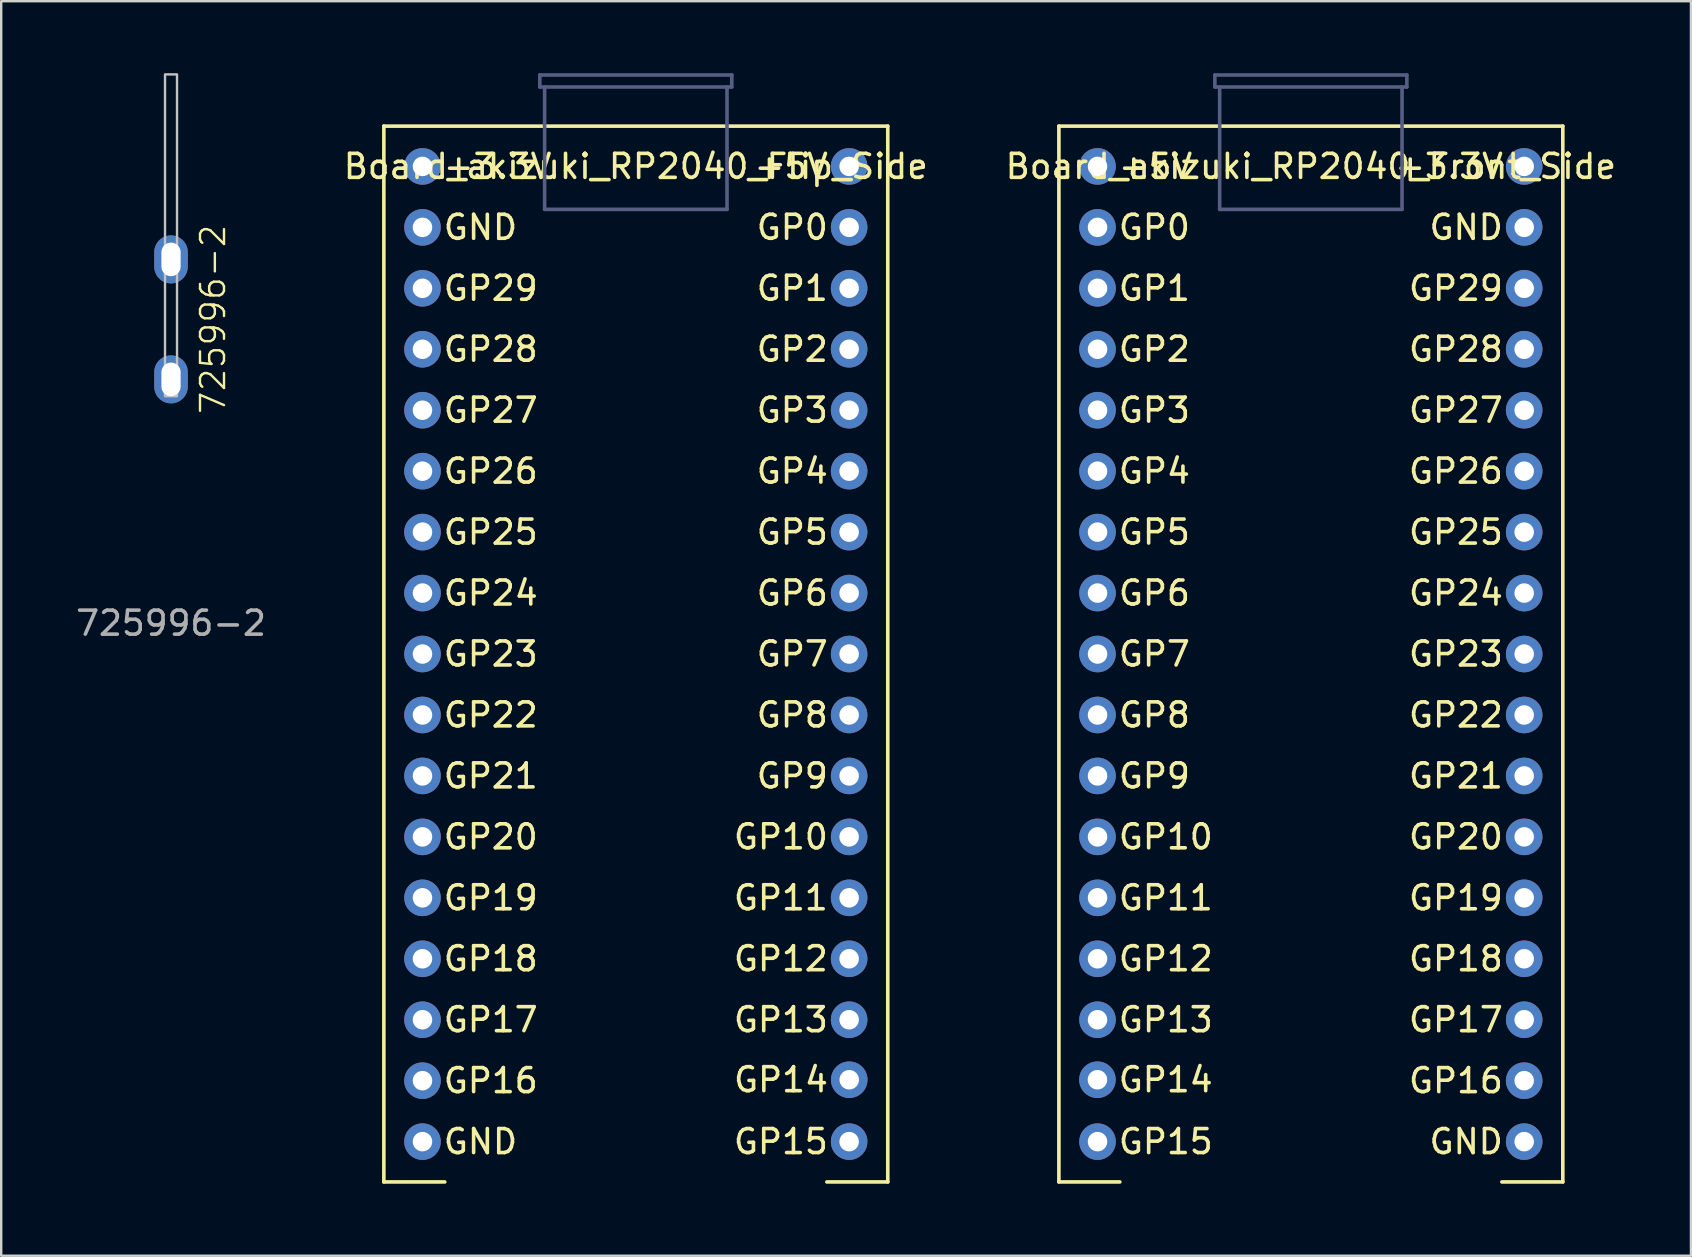
<source format=kicad_pcb>
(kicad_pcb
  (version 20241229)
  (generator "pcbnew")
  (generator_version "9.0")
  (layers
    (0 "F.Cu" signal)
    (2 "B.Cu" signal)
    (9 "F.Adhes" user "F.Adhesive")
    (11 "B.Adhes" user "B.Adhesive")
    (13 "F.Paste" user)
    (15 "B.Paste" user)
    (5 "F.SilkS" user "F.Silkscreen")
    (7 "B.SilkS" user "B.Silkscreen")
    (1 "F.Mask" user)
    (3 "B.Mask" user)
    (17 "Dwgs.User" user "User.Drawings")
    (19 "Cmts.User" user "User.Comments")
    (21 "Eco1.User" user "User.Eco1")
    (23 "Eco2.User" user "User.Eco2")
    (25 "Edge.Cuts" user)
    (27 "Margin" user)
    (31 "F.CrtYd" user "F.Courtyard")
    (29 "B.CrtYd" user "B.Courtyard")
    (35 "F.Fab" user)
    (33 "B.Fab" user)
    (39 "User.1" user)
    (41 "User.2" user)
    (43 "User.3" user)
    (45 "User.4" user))
  (footprint "725996-2"
    (layer "F.Cu")
    (at 4.077 12.76)
    (property "Reference" "725996-2" (at 1.75 -2.5 90) (unlocked yes) (layer "F.SilkS") (effects (font (size 1 1) (thickness 0.1))))
    (attr through_hole)
    (fp_rect (start -0.25 -12.71) (end 0.25 0.7) (stroke (width 0.1) (type default)) (fill no) (layer "Dwgs.User"))
    (fp_text user "${REFERENCE}" (at 0 10.16 0) (unlocked yes) (layer "F.Fab") (effects (font (size 1 1) (thickness 0.15))))
    (pad "1" thru_hole oval (at 0 -5 90) (size 2 1.4) (drill oval 1.4 0.8) (layers "*.Cu" "*.Mask"))
    (pad "1" thru_hole oval (at 0 0 90) (size 2 1.4) (drill oval 1.4 0.8) (layers "*.Cu" "*.Mask")))
  (footprint "Board_akizuki_RP2040_Flip_Side"
    (layer "F.Cu")
    (at 23.446 24.205)
    (property "Reference" "Board_akizuki_RP2040_Flip_Side" (at 0 -20.32 0) (unlocked yes) (layer "F.SilkS") (effects (font (size 1 1) (thickness 0.15))))
    (attr through_hole)
    (fp_line (start -10.5 -22) (end -10.5 22) (stroke (width 0.15) (type solid)) (layer "F.SilkS"))
    (fp_line (start -10.5 22) (end -7.96 22) (stroke (width 0.15) (type solid)) (layer "F.SilkS"))
    (fp_line (start 7.96 22) (end 10.5 22) (stroke (width 0.15) (type solid)) (layer "F.SilkS"))
    (fp_line (start 10.5 -22) (end -10.5 -22) (stroke (width 0.15) (type solid)) (layer "F.SilkS"))
    (fp_line (start 10.5 -22) (end 10.5 22) (stroke (width 0.15) (type solid)) (layer "F.SilkS"))
    (fp_line (start -4 -24.13) (end -4 -23.63) (stroke (width 0.15) (type solid)) (layer "B.Fab"))
    (fp_line (start -4 -24.13) (end 4 -24.13) (stroke (width 0.15) (type solid)) (layer "B.Fab"))
    (fp_line (start -4 -23.63) (end 4 -23.63) (stroke (width 0.15) (type solid)) (layer "B.Fab"))
    (fp_line (start -3.8 -23.63) (end -3.8 -18.53) (stroke (width 0.15) (type solid)) (layer "B.Fab"))
    (fp_line (start -3.8 -18.53) (end 3.8 -18.53) (stroke (width 0.15) (type solid)) (layer "B.Fab"))
    (fp_line (start 3.8 -23.63) (end 3.8 -18.53) (stroke (width 0.15) (type solid)) (layer "B.Fab"))
    (fp_line (start 4 -24.13) (end 4 -23.63) (stroke (width 0.15) (type solid)) (layer "B.Fab"))
    (fp_text user "GP9" (at 8.096 5.08 0) (unlocked yes) (layer "F.SilkS") (effects (font (size 1 1) (thickness 0.15)) (justify right)))
    (fp_text user "GP25" (at -8.096 -5.08 0) (unlocked yes) (layer "F.SilkS") (effects (font (size 1 1) (thickness 0.15)) (justify left)))
    (fp_text user "GP5" (at 8.096 -5.08 0) (unlocked yes) (layer "F.SilkS") (effects (font (size 1 1) (thickness 0.15)) (justify right)))
    (fp_text user "GP1" (at 8.096 -15.24 0) (unlocked yes) (layer "F.SilkS") (effects (font (size 1 1) (thickness 0.15)) (justify right)))
    (fp_text user "GP24" (at -8.096 -2.54 0) (unlocked yes) (layer "F.SilkS") (effects (font (size 1 1) (thickness 0.15)) (justify left)))
    (fp_text user "GP8" (at 8.096 2.54 0) (unlocked yes) (layer "F.SilkS") (effects (font (size 1 1) (thickness 0.15)) (justify right)))
    (fp_text user "GP18" (at -8.096 12.7 0) (unlocked yes) (layer "F.SilkS") (effects (font (size 1 1) (thickness 0.15)) (justify left)))
    (fp_text user "GP29" (at -8.096 -15.24 0) (unlocked yes) (layer "F.SilkS") (effects (font (size 1 1) (thickness 0.15)) (justify left)))
    (fp_text user "GP20" (at -8.096 7.62 0) (unlocked yes) (layer "F.SilkS") (effects (font (size 1 1) (thickness 0.15)) (justify left)))
    (fp_text user "GP12" (at 8.096 12.7 0) (unlocked yes) (layer "F.SilkS") (effects (font (size 1 1) (thickness 0.15)) (justify right)))
    (fp_text user "+3.3V" (at -8.096 -20.32 0) (unlocked yes) (layer "F.SilkS") (effects (font (size 1 1) (thickness 0.15)) (justify left)))
    (fp_text user "GP10" (at 8.096 7.62 0) (unlocked yes) (layer "F.SilkS") (effects (font (size 1 1) (thickness 0.15)) (justify right)))
    (fp_text user "GND" (at -8.096 20.32 0) (unlocked yes) (layer "F.SilkS") (effects (font (size 1 1) (thickness 0.15)) (justify left)))
    (fp_text user "GP11" (at 8.096 10.16 0) (unlocked yes) (layer "F.SilkS") (effects (font (size 1 1) (thickness 0.15)) (justify right)))
    (fp_text user "GP3" (at 8.096 -10.16 0) (unlocked yes) (layer "F.SilkS") (effects (font (size 1 1) (thickness 0.15)) (justify right)))
    (fp_text user "GP15" (at 8.096 20.32 0) (unlocked yes) (layer "F.SilkS") (effects (font (size 1 1) (thickness 0.15)) (justify right)))
    (fp_text user "GP19" (at -8.096 10.16 0) (unlocked yes) (layer "F.SilkS") (effects (font (size 1 1) (thickness 0.15)) (justify left)))
    (fp_text user "GP16" (at -8.096 17.78 0) (unlocked yes) (layer "F.SilkS") (effects (font (size 1 1) (thickness 0.15)) (justify left)))
    (fp_text user "GP27" (at -8.096 -10.16 0) (unlocked yes) (layer "F.SilkS") (effects (font (size 1 1) (thickness 0.15)) (justify left)))
    (fp_text user "GP14" (at 8.1 17.741 0) (unlocked yes) (layer "F.SilkS") (effects (font (size 1 1) (thickness 0.15)) (justify right)))
    (fp_text user "GP21" (at -8.096 5.08 0) (unlocked yes) (layer "F.SilkS") (effects (font (size 1 1) (thickness 0.15)) (justify left)))
    (fp_text user "GP7" (at 8.096 0 0) (unlocked yes) (layer "F.SilkS") (effects (font (size 1 1) (thickness 0.15)) (justify right)))
    (fp_text user "GP13" (at 8.096 15.24 0) (unlocked yes) (layer "F.SilkS") (effects (font (size 1 1) (thickness 0.15)) (justify right)))
    (fp_text user "GP4" (at 8.096 -7.62 0) (unlocked yes) (layer "F.SilkS") (effects (font (size 1 1) (thickness 0.15)) (justify right)))
    (fp_text user "GND" (at -8.096 -17.78 0) (unlocked yes) (layer "F.SilkS") (effects (font (size 1 1) (thickness 0.15)) (justify left)))
    (fp_text user "GP28" (at -8.096 -12.7 0) (unlocked yes) (layer "F.SilkS") (effects (font (size 1 1) (thickness 0.15)) (justify left)))
    (fp_text user "+5V" (at 8.096 -20.32 0) (unlocked yes) (layer "F.SilkS") (effects (font (size 1 1) (thickness 0.15)) (justify right)))
    (fp_text user "GP22" (at -8.096 2.54 0) (unlocked yes) (layer "F.SilkS") (effects (font (size 1 1) (thickness 0.15)) (justify left)))
    (fp_text user "GP6" (at 8.096 -2.54 0) (unlocked yes) (layer "F.SilkS") (effects (font (size 1 1) (thickness 0.15)) (justify right)))
    (fp_text user "GP0" (at 8.096 -17.78 0) (unlocked yes) (layer "F.SilkS") (effects (font (size 1 1) (thickness 0.15)) (justify right)))
    (fp_text user "GP2" (at 8.096 -12.7 0) (unlocked yes) (layer "F.SilkS") (effects (font (size 1 1) (thickness 0.15)) (justify right)))
    (fp_text user "GP26" (at -8.096 -7.62 0) (unlocked yes) (layer "F.SilkS") (effects (font (size 1 1) (thickness 0.15)) (justify left)))
    (fp_text user "GP17" (at -8.096 15.24 0) (unlocked yes) (layer "F.SilkS") (effects (font (size 1 1) (thickness 0.15)) (justify left)))
    (fp_text user "GP23" (at -8.096 0 0) (unlocked yes) (layer "F.SilkS") (effects (font (size 1 1) (thickness 0.15)) (justify left)))
    (pad "1" thru_hole circle (at 8.89 -20.32) (size 1.524 1.524) (drill 0.813) (layers "*.Cu" "*.Mask"))
    (pad "2" thru_hole circle (at 8.89 -17.78) (size 1.524 1.524) (drill 0.813) (layers "*.Cu" "*.Mask"))
    (pad "3" thru_hole circle (at 8.89 -15.24) (size 1.524 1.524) (drill 0.813) (layers "*.Cu" "*.Mask"))
    (pad "4" thru_hole circle (at 8.89 -12.7) (size 1.524 1.524) (drill 0.813) (layers "*.Cu" "*.Mask"))
    (pad "5" thru_hole circle (at 8.89 -10.16) (size 1.524 1.524) (drill 0.813) (layers "*.Cu" "*.Mask"))
    (pad "6" thru_hole circle (at 8.89 -7.62) (size 1.524 1.524) (drill 0.813) (layers "*.Cu" "*.Mask"))
    (pad "7" thru_hole circle (at 8.89 -5.08) (size 1.524 1.524) (drill 0.813) (layers "*.Cu" "*.Mask"))
    (pad "8" thru_hole circle (at 8.89 -2.54) (size 1.524 1.524) (drill 0.813) (layers "*.Cu" "*.Mask"))
    (pad "9" thru_hole circle (at 8.89 0) (size 1.524 1.524) (drill 0.813) (layers "*.Cu" "*.Mask"))
    (pad "10" thru_hole circle (at 8.89 2.54) (size 1.524 1.524) (drill 0.813) (layers "*.Cu" "*.Mask"))
    (pad "11" thru_hole circle (at 8.89 5.08) (size 1.524 1.524) (drill 0.813) (layers "*.Cu" "*.Mask"))
    (pad "12" thru_hole circle (at 8.89 7.62) (size 1.524 1.524) (drill 0.813) (layers "*.Cu" "*.Mask"))
    (pad "13" thru_hole circle (at 8.89 10.16) (size 1.524 1.524) (drill 0.813) (layers "*.Cu" "*.Mask"))
    (pad "14" thru_hole circle (at 8.89 12.7) (size 1.524 1.524) (drill 0.813) (layers "*.Cu" "*.Mask"))
    (pad "15" thru_hole circle (at 8.89 15.24) (size 1.524 1.524) (drill 0.813) (layers "*.Cu" "*.Mask"))
    (pad "16" thru_hole circle (at 8.894 17.741) (size 1.524 1.524) (drill 0.813) (layers "*.Cu" "*.Mask"))
    (pad "17" thru_hole circle (at 8.89 20.32) (size 1.524 1.524) (drill 0.813) (layers "*.Cu" "*.Mask"))
    (pad "18" thru_hole circle (at -8.89 20.32) (size 1.524 1.524) (drill 0.813) (layers "*.Cu" "*.Mask"))
    (pad "19" thru_hole circle (at -8.89 17.78) (size 1.524 1.524) (drill 0.813) (layers "*.Cu" "*.Mask"))
    (pad "20" thru_hole circle (at -8.89 15.24) (size 1.524 1.524) (drill 0.813) (layers "*.Cu" "*.Mask"))
    (pad "21" thru_hole circle (at -8.89 12.7) (size 1.524 1.524) (drill 0.813) (layers "*.Cu" "*.Mask"))
    (pad "22" thru_hole circle (at -8.89 10.16) (size 1.524 1.524) (drill 0.813) (layers "*.Cu" "*.Mask"))
    (pad "23" thru_hole circle (at -8.89 7.62) (size 1.524 1.524) (drill 0.813) (layers "*.Cu" "*.Mask"))
    (pad "24" thru_hole circle (at -8.89 5.08) (size 1.524 1.524) (drill 0.813) (layers "*.Cu" "*.Mask"))
    (pad "25" thru_hole circle (at -8.89 2.54) (size 1.524 1.524) (drill 0.813) (layers "*.Cu" "*.Mask"))
    (pad "26" thru_hole circle (at -8.89 0) (size 1.524 1.524) (drill 0.813) (layers "*.Cu" "*.Mask"))
    (pad "27" thru_hole circle (at -8.89 -2.54) (size 1.524 1.524) (drill 0.813) (layers "*.Cu" "*.Mask"))
    (pad "28" thru_hole circle (at -8.89 -5.08) (size 1.524 1.524) (drill 0.813) (layers "*.Cu" "*.Mask"))
    (pad "29" thru_hole circle (at -8.89 -7.62) (size 1.524 1.524) (drill 0.813) (layers "*.Cu" "*.Mask"))
    (pad "30" thru_hole circle (at -8.89 -10.16) (size 1.524 1.524) (drill 0.813) (layers "*.Cu" "*.Mask"))
    (pad "31" thru_hole circle (at -8.89 -12.7) (size 1.524 1.524) (drill 0.813) (layers "*.Cu" "*.Mask"))
    (pad "32" thru_hole circle (at -8.89 -15.24) (size 1.524 1.524) (drill 0.813) (layers "*.Cu" "*.Mask"))
    (pad "33" thru_hole circle (at -8.89 -17.78) (size 1.524 1.524) (drill 0.813) (layers "*.Cu" "*.Mask"))
    (pad "34" thru_hole circle (at -8.89 -20.32) (size 1.524 1.524) (drill 0.813) (layers "*.Cu" "*.Mask")))
  (footprint "Board_akizuki_RP2040_Front_Side"
    (layer "F.Cu")
    (at 51.577 24.205)
    (property "Reference" "Board_akizuki_RP2040_Front_Side" (at 0 -20.32 0) (unlocked yes) (layer "F.SilkS") (effects (font (size 1 1) (thickness 0.15))))
    (attr through_hole)
    (fp_line (start -10.5 -22) (end -10.5 22) (stroke (width 0.15) (type solid)) (layer "F.SilkS"))
    (fp_line (start -10.5 22) (end -7.96 22) (stroke (width 0.15) (type solid)) (layer "F.SilkS"))
    (fp_line (start 7.96 22) (end 10.5 22) (stroke (width 0.15) (type solid)) (layer "F.SilkS"))
    (fp_line (start 10.5 -22) (end -10.5 -22) (stroke (width 0.15) (type solid)) (layer "F.SilkS"))
    (fp_line (start 10.5 -22) (end 10.5 22) (stroke (width 0.15) (type solid)) (layer "F.SilkS"))
    (fp_line (start -4 -24.13) (end -4 -23.63) (stroke (width 0.15) (type solid)) (layer "B.Fab"))
    (fp_line (start -4 -24.13) (end 4 -24.13) (stroke (width 0.15) (type solid)) (layer "B.Fab"))
    (fp_line (start -4 -23.63) (end 4 -23.63) (stroke (width 0.15) (type solid)) (layer "B.Fab"))
    (fp_line (start -3.8 -23.63) (end -3.8 -18.53) (stroke (width 0.15) (type solid)) (layer "B.Fab"))
    (fp_line (start -3.8 -18.53) (end 3.8 -18.53) (stroke (width 0.15) (type solid)) (layer "B.Fab"))
    (fp_line (start 3.8 -23.63) (end 3.8 -18.53) (stroke (width 0.15) (type solid)) (layer "B.Fab"))
    (fp_line (start 4 -24.13) (end 4 -23.63) (stroke (width 0.15) (type solid)) (layer "B.Fab"))
    (fp_text user "GP1" (at -8.096 -15.24 0) (unlocked yes) (layer "F.SilkS") (effects (font (size 1 1) (thickness 0.15)) (justify left)))
    (fp_text user "GP19" (at 8.096 10.16 0) (unlocked yes) (layer "F.SilkS") (effects (font (size 1 1) (thickness 0.15)) (justify right)))
    (fp_text user "GP9" (at -8.096 5.08 0) (unlocked yes) (layer "F.SilkS") (effects (font (size 1 1) (thickness 0.15)) (justify left)))
    (fp_text user "GP16" (at 8.096 17.78 0) (unlocked yes) (layer "F.SilkS") (effects (font (size 1 1) (thickness 0.15)) (justify right)))
    (fp_text user "GP3" (at -8.096 -10.16 0) (unlocked yes) (layer "F.SilkS") (effects (font (size 1 1) (thickness 0.15)) (justify left)))
    (fp_text user "GP14" (at -8.1 17.741 0) (unlocked yes) (layer "F.SilkS") (effects (font (size 1 1) (thickness 0.15)) (justify left)))
    (fp_text user "GP27" (at 8.096 -10.16 0) (unlocked yes) (layer "F.SilkS") (effects (font (size 1 1) (thickness 0.15)) (justify right)))
    (fp_text user "GP0" (at -8.096 -17.78 0) (unlocked yes) (layer "F.SilkS") (effects (font (size 1 1) (thickness 0.15)) (justify left)))
    (fp_text user "GP23" (at 8.096 0 0) (unlocked yes) (layer "F.SilkS") (effects (font (size 1 1) (thickness 0.15)) (justify right)))
    (fp_text user "GP25" (at 8.096 -5.08 0) (unlocked yes) (layer "F.SilkS") (effects (font (size 1 1) (thickness 0.15)) (justify right)))
    (fp_text user "GP15" (at -8.096 20.32 0) (unlocked yes) (layer "F.SilkS") (effects (font (size 1 1) (thickness 0.15)) (justify left)))
    (fp_text user "GP29" (at 8.096 -15.24 0) (unlocked yes) (layer "F.SilkS") (effects (font (size 1 1) (thickness 0.15)) (justify right)))
    (fp_text user "GP4" (at -8.096 -7.62 0) (unlocked yes) (layer "F.SilkS") (effects (font (size 1 1) (thickness 0.15)) (justify left)))
    (fp_text user "+3.3V" (at 8.096 -20.32 0) (unlocked yes) (layer "F.SilkS") (effects (font (size 1 1) (thickness 0.15)) (justify right)))
    (fp_text user "GP11" (at -8.096 10.16 0) (unlocked yes) (layer "F.SilkS") (effects (font (size 1 1) (thickness 0.15)) (justify left)))
    (fp_text user "GP26" (at 8.096 -7.62 0) (unlocked yes) (layer "F.SilkS") (effects (font (size 1 1) (thickness 0.15)) (justify right)))
    (fp_text user "GP5" (at -8.096 -5.08 0) (unlocked yes) (layer "F.SilkS") (effects (font (size 1 1) (thickness 0.15)) (justify left)))
    (fp_text user "GP21" (at 8.096 5.08 0) (unlocked yes) (layer "F.SilkS") (effects (font (size 1 1) (thickness 0.15)) (justify right)))
    (fp_text user "GP10" (at -8.096 7.62 0) (unlocked yes) (layer "F.SilkS") (effects (font (size 1 1) (thickness 0.15)) (justify left)))
    (fp_text user "GP2" (at -8.096 -12.7 0) (unlocked yes) (layer "F.SilkS") (effects (font (size 1 1) (thickness 0.15)) (justify left)))
    (fp_text user "GP28" (at 8.096 -12.7 0) (unlocked yes) (layer "F.SilkS") (effects (font (size 1 1) (thickness 0.15)) (justify right)))
    (fp_text user "GND" (at 8.096 20.32 0) (unlocked yes) (layer "F.SilkS") (effects (font (size 1 1) (thickness 0.15)) (justify right)))
    (fp_text user "GP22" (at 8.096 2.54 0) (unlocked yes) (layer "F.SilkS") (effects (font (size 1 1) (thickness 0.15)) (justify right)))
    (fp_text user "GP6" (at -8.096 -2.54 0) (unlocked yes) (layer "F.SilkS") (effects (font (size 1 1) (thickness 0.15)) (justify left)))
    (fp_text user "GP24" (at 8.096 -2.54 0) (unlocked yes) (layer "F.SilkS") (effects (font (size 1 1) (thickness 0.15)) (justify right)))
    (fp_text user "GP17" (at 8.096 15.24 0) (unlocked yes) (layer "F.SilkS") (effects (font (size 1 1) (thickness 0.15)) (justify right)))
    (fp_text user "GP18" (at 8.096 12.7 0) (unlocked yes) (layer "F.SilkS") (effects (font (size 1 1) (thickness 0.15)) (justify right)))
    (fp_text user "GP7" (at -8.096 0 0) (unlocked yes) (layer "F.SilkS") (effects (font (size 1 1) (thickness 0.15)) (justify left)))
    (fp_text user "GP12" (at -8.096 12.7 0) (unlocked yes) (layer "F.SilkS") (effects (font (size 1 1) (thickness 0.15)) (justify left)))
    (fp_text user "GND" (at 8.096 -17.78 0) (unlocked yes) (layer "F.SilkS") (effects (font (size 1 1) (thickness 0.15)) (justify right)))
    (fp_text user "GP13" (at -8.096 15.24 0) (unlocked yes) (layer "F.SilkS") (effects (font (size 1 1) (thickness 0.15)) (justify left)))
    (fp_text user "GP20" (at 8.096 7.62 0) (unlocked yes) (layer "F.SilkS") (effects (font (size 1 1) (thickness 0.15)) (justify right)))
    (fp_text user "+5V" (at -8.096 -20.32 0) (unlocked yes) (layer "F.SilkS") (effects (font (size 1 1) (thickness 0.15)) (justify left)))
    (fp_text user "GP8" (at -8.096 2.54 0) (unlocked yes) (layer "F.SilkS") (effects (font (size 1 1) (thickness 0.15)) (justify left)))
    (pad "1" thru_hole circle (at -8.89 -20.32) (size 1.524 1.524) (drill 0.813) (layers "*.Cu" "*.Mask"))
    (pad "2" thru_hole circle (at -8.89 -17.78) (size 1.524 1.524) (drill 0.813) (layers "*.Cu" "*.Mask"))
    (pad "3" thru_hole circle (at -8.89 -15.24) (size 1.524 1.524) (drill 0.813) (layers "*.Cu" "*.Mask"))
    (pad "4" thru_hole circle (at -8.89 -12.7) (size 1.524 1.524) (drill 0.813) (layers "*.Cu" "*.Mask"))
    (pad "5" thru_hole circle (at -8.89 -10.16) (size 1.524 1.524) (drill 0.813) (layers "*.Cu" "*.Mask"))
    (pad "6" thru_hole circle (at -8.89 -7.62) (size 1.524 1.524) (drill 0.813) (layers "*.Cu" "*.Mask"))
    (pad "7" thru_hole circle (at -8.89 -5.08) (size 1.524 1.524) (drill 0.813) (layers "*.Cu" "*.Mask"))
    (pad "8" thru_hole circle (at -8.89 -2.54) (size 1.524 1.524) (drill 0.813) (layers "*.Cu" "*.Mask"))
    (pad "9" thru_hole circle (at -8.89 0) (size 1.524 1.524) (drill 0.813) (layers "*.Cu" "*.Mask"))
    (pad "10" thru_hole circle (at -8.89 2.54) (size 1.524 1.524) (drill 0.813) (layers "*.Cu" "*.Mask"))
    (pad "11" thru_hole circle (at -8.89 5.08) (size 1.524 1.524) (drill 0.813) (layers "*.Cu" "*.Mask"))
    (pad "12" thru_hole circle (at -8.89 7.62) (size 1.524 1.524) (drill 0.813) (layers "*.Cu" "*.Mask"))
    (pad "13" thru_hole circle (at -8.89 10.16) (size 1.524 1.524) (drill 0.813) (layers "*.Cu" "*.Mask"))
    (pad "14" thru_hole circle (at -8.89 12.7) (size 1.524 1.524) (drill 0.813) (layers "*.Cu" "*.Mask"))
    (pad "15" thru_hole circle (at -8.89 15.24) (size 1.524 1.524) (drill 0.813) (layers "*.Cu" "*.Mask"))
    (pad "16" thru_hole circle (at -8.894 17.741) (size 1.524 1.524) (drill 0.813) (layers "*.Cu" "*.Mask"))
    (pad "17" thru_hole circle (at -8.89 20.32) (size 1.524 1.524) (drill 0.813) (layers "*.Cu" "*.Mask"))
    (pad "18" thru_hole circle (at 8.89 20.32) (size 1.524 1.524) (drill 0.813) (layers "*.Cu" "*.Mask"))
    (pad "19" thru_hole circle (at 8.89 17.78) (size 1.524 1.524) (drill 0.813) (layers "*.Cu" "*.Mask"))
    (pad "20" thru_hole circle (at 8.89 15.24) (size 1.524 1.524) (drill 0.813) (layers "*.Cu" "*.Mask"))
    (pad "21" thru_hole circle (at 8.89 12.7) (size 1.524 1.524) (drill 0.813) (layers "*.Cu" "*.Mask"))
    (pad "22" thru_hole circle (at 8.89 10.16) (size 1.524 1.524) (drill 0.813) (layers "*.Cu" "*.Mask"))
    (pad "23" thru_hole circle (at 8.89 7.62) (size 1.524 1.524) (drill 0.813) (layers "*.Cu" "*.Mask"))
    (pad "24" thru_hole circle (at 8.89 5.08) (size 1.524 1.524) (drill 0.813) (layers "*.Cu" "*.Mask"))
    (pad "25" thru_hole circle (at 8.89 2.54) (size 1.524 1.524) (drill 0.813) (layers "*.Cu" "*.Mask"))
    (pad "26" thru_hole circle (at 8.89 0) (size 1.524 1.524) (drill 0.813) (layers "*.Cu" "*.Mask"))
    (pad "27" thru_hole circle (at 8.89 -2.54) (size 1.524 1.524) (drill 0.813) (layers "*.Cu" "*.Mask"))
    (pad "28" thru_hole circle (at 8.89 -5.08) (size 1.524 1.524) (drill 0.813) (layers "*.Cu" "*.Mask"))
    (pad "29" thru_hole circle (at 8.89 -7.62) (size 1.524 1.524) (drill 0.813) (layers "*.Cu" "*.Mask"))
    (pad "30" thru_hole circle (at 8.89 -10.16) (size 1.524 1.524) (drill 0.813) (layers "*.Cu" "*.Mask"))
    (pad "31" thru_hole circle (at 8.89 -12.7) (size 1.524 1.524) (drill 0.813) (layers "*.Cu" "*.Mask"))
    (pad "32" thru_hole circle (at 8.89 -15.24) (size 1.524 1.524) (drill 0.813) (layers "*.Cu" "*.Mask"))
    (pad "33" thru_hole circle (at 8.89 -17.78) (size 1.524 1.524) (drill 0.813) (layers "*.Cu" "*.Mask"))
    (pad "34" thru_hole circle (at 8.89 -20.32) (size 1.524 1.524) (drill 0.813) (layers "*.Cu" "*.Mask")))
  (gr_rect
    (start -3 -3)
    (end 67.417 49.28)
    (stroke (width 0.1) (type default))
    (fill no)
    (layer "Edge.Cuts")))
</source>
